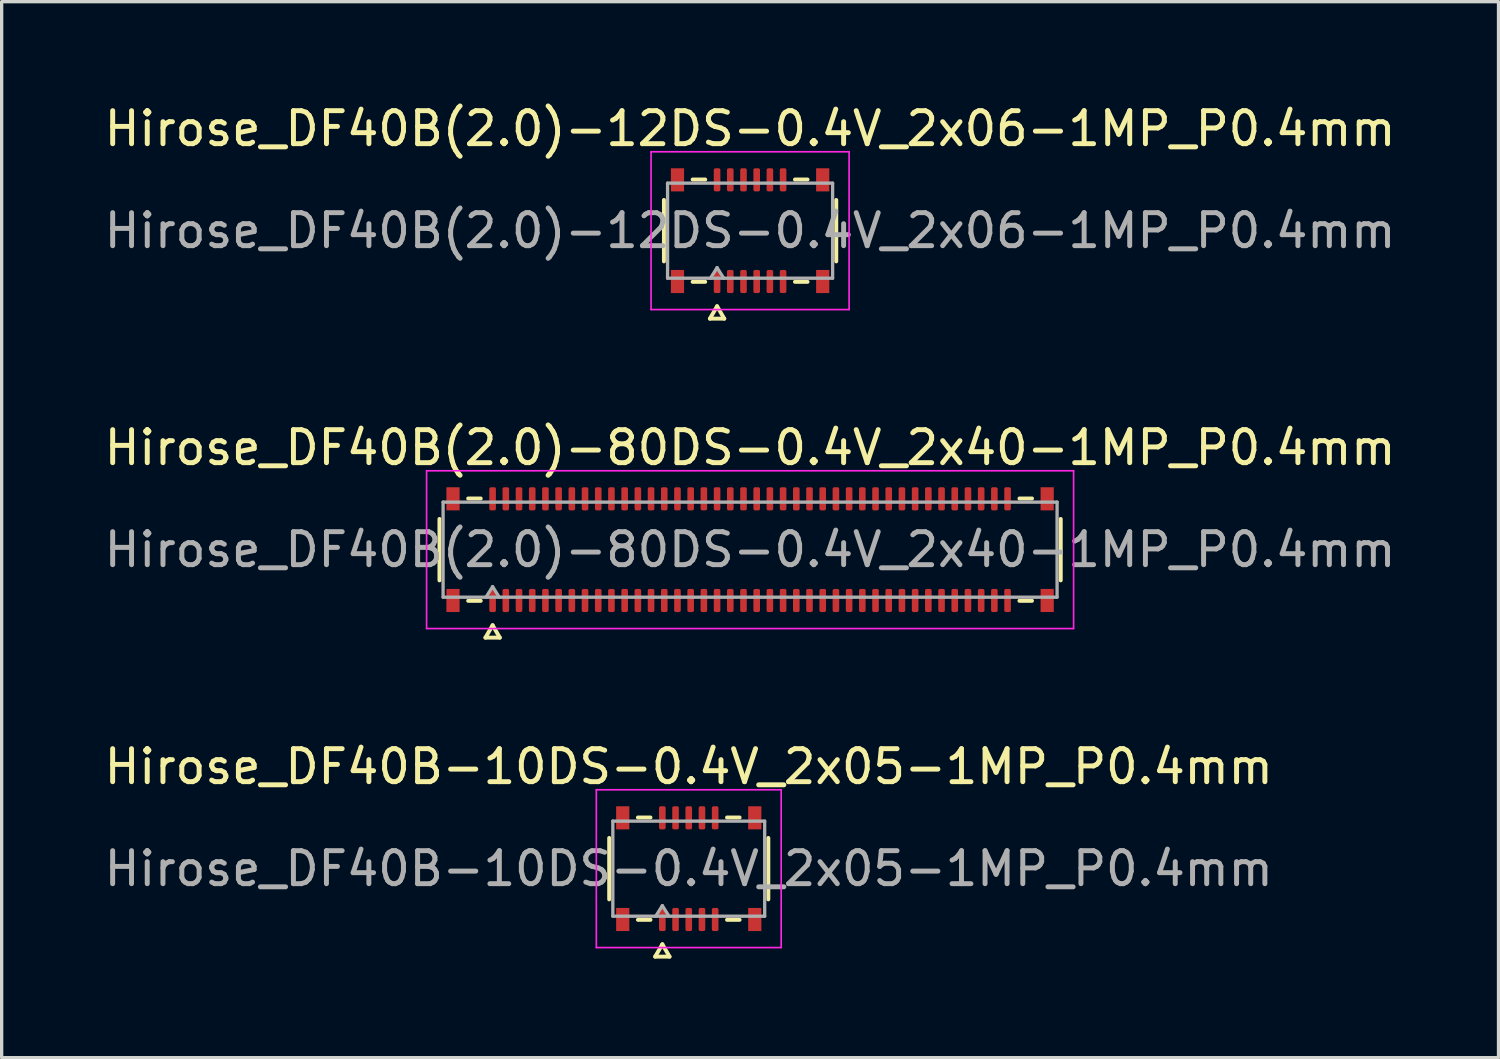
<source format=kicad_pcb>
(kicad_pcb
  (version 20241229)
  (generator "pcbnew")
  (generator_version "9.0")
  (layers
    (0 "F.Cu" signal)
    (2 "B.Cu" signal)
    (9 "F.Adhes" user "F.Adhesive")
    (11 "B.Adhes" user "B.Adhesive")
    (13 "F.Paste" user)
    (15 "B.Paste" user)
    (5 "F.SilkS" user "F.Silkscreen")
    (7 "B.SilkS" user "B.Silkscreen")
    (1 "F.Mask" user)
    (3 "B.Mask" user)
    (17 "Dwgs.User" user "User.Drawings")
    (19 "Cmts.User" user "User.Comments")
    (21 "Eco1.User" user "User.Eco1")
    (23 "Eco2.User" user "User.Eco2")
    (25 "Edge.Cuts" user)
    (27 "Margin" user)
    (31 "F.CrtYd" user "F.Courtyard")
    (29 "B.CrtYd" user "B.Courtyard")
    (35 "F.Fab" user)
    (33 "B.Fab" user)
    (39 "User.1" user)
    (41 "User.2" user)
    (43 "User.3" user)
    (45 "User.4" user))
  (footprint "Hirose_DF40B(2.0)-80DS-0.4V_2x40-1MP_P0.4mm"
    (layer "F.Cu")
    (at 19.673 13.601)
    (property "Reference" "Hirose_DF40B(2.0)-80DS-0.4V_2x40-1MP_P0.4mm" (at 0 -3.09 0) (layer "F.SilkS") (effects (font (size 1 1) (thickness 0.15))))
    (attr smd)
    (fp_line (start -9.41 0.93) (end -9.41 -0.93) (stroke (width 0.12) (type solid)) (layer "F.SilkS"))
    (fp_line (start -8.54 -1.55) (end -8.16 -1.55) (stroke (width 0.12) (type solid)) (layer "F.SilkS"))
    (fp_line (start -8.16 1.55) (end -8.54 1.55) (stroke (width 0.12) (type solid)) (layer "F.SilkS"))
    (fp_line (start -8.017 2.665) (end -7.8 2.29) (stroke (width 0.12) (type solid)) (layer "F.SilkS"))
    (fp_line (start -7.8 2.29) (end -7.583 2.665) (stroke (width 0.12) (type solid)) (layer "F.SilkS"))
    (fp_line (start -7.583 2.665) (end -8.017 2.665) (stroke (width 0.12) (type solid)) (layer "F.SilkS"))
    (fp_line (start 8.16 -1.55) (end 8.54 -1.55) (stroke (width 0.12) (type solid)) (layer "F.SilkS"))
    (fp_line (start 8.54 1.55) (end 8.16 1.55) (stroke (width 0.12) (type solid)) (layer "F.SilkS"))
    (fp_line (start 9.41 -0.93) (end 9.41 0.93) (stroke (width 0.12) (type solid)) (layer "F.SilkS"))
    (fp_line (start -9.8 -2.39) (end -9.8 2.39) (stroke (width 0.05) (type solid)) (layer "F.CrtYd"))
    (fp_line (start -9.8 2.39) (end 9.8 2.39) (stroke (width 0.05) (type solid)) (layer "F.CrtYd"))
    (fp_line (start 9.8 -2.39) (end -9.8 -2.39) (stroke (width 0.05) (type solid)) (layer "F.CrtYd"))
    (fp_line (start 9.8 2.39) (end 9.8 -2.39) (stroke (width 0.05) (type solid)) (layer "F.CrtYd"))
    (fp_line (start -9.3 -1.44) (end 9.3 -1.44) (stroke (width 0.1) (type solid)) (layer "F.Fab"))
    (fp_line (start -9.3 1.44) (end -9.3 -1.44) (stroke (width 0.1) (type solid)) (layer "F.Fab"))
    (fp_line (start -8 1.44) (end -7.8 1.12) (stroke (width 0.1) (type solid)) (layer "F.Fab"))
    (fp_line (start -7.8 1.12) (end -7.6 1.44) (stroke (width 0.1) (type solid)) (layer "F.Fab"))
    (fp_line (start 9.3 -1.44) (end 9.3 1.44) (stroke (width 0.1) (type solid)) (layer "F.Fab"))
    (fp_line (start 9.3 1.44) (end -9.3 1.44) (stroke (width 0.1) (type solid)) (layer "F.Fab"))
    (fp_text user "${REFERENCE}" (at 0 0 0) (layer "F.Fab") (effects (font (size 1 1) (thickness 0.15))))
    (pad "1" smd roundrect (at -7.8 1.54) (size 0.2 0.7) (layers "F.Cu" "F.Mask" "F.Paste") (roundrect_rratio 0.25))
    (pad "2" smd roundrect (at -7.8 -1.54) (size 0.2 0.7) (layers "F.Cu" "F.Mask" "F.Paste") (roundrect_rratio 0.25))
    (pad "3" smd roundrect (at -7.4 1.54) (size 0.2 0.7) (layers "F.Cu" "F.Mask" "F.Paste") (roundrect_rratio 0.25))
    (pad "4" smd roundrect (at -7.4 -1.54) (size 0.2 0.7) (layers "F.Cu" "F.Mask" "F.Paste") (roundrect_rratio 0.25))
    (pad "5" smd roundrect (at -7 1.54) (size 0.2 0.7) (layers "F.Cu" "F.Mask" "F.Paste") (roundrect_rratio 0.25))
    (pad "6" smd roundrect (at -7 -1.54) (size 0.2 0.7) (layers "F.Cu" "F.Mask" "F.Paste") (roundrect_rratio 0.25))
    (pad "7" smd roundrect (at -6.6 1.54) (size 0.2 0.7) (layers "F.Cu" "F.Mask" "F.Paste") (roundrect_rratio 0.25))
    (pad "8" smd roundrect (at -6.6 -1.54) (size 0.2 0.7) (layers "F.Cu" "F.Mask" "F.Paste") (roundrect_rratio 0.25))
    (pad "9" smd roundrect (at -6.2 1.54) (size 0.2 0.7) (layers "F.Cu" "F.Mask" "F.Paste") (roundrect_rratio 0.25))
    (pad "10" smd roundrect (at -6.2 -1.54) (size 0.2 0.7) (layers "F.Cu" "F.Mask" "F.Paste") (roundrect_rratio 0.25))
    (pad "11" smd roundrect (at -5.8 1.54) (size 0.2 0.7) (layers "F.Cu" "F.Mask" "F.Paste") (roundrect_rratio 0.25))
    (pad "12" smd roundrect (at -5.8 -1.54) (size 0.2 0.7) (layers "F.Cu" "F.Mask" "F.Paste") (roundrect_rratio 0.25))
    (pad "13" smd roundrect (at -5.4 1.54) (size 0.2 0.7) (layers "F.Cu" "F.Mask" "F.Paste") (roundrect_rratio 0.25))
    (pad "14" smd roundrect (at -5.4 -1.54) (size 0.2 0.7) (layers "F.Cu" "F.Mask" "F.Paste") (roundrect_rratio 0.25))
    (pad "15" smd roundrect (at -5 1.54) (size 0.2 0.7) (layers "F.Cu" "F.Mask" "F.Paste") (roundrect_rratio 0.25))
    (pad "16" smd roundrect (at -5 -1.54) (size 0.2 0.7) (layers "F.Cu" "F.Mask" "F.Paste") (roundrect_rratio 0.25))
    (pad "17" smd roundrect (at -4.6 1.54) (size 0.2 0.7) (layers "F.Cu" "F.Mask" "F.Paste") (roundrect_rratio 0.25))
    (pad "18" smd roundrect (at -4.6 -1.54) (size 0.2 0.7) (layers "F.Cu" "F.Mask" "F.Paste") (roundrect_rratio 0.25))
    (pad "19" smd roundrect (at -4.2 1.54) (size 0.2 0.7) (layers "F.Cu" "F.Mask" "F.Paste") (roundrect_rratio 0.25))
    (pad "20" smd roundrect (at -4.2 -1.54) (size 0.2 0.7) (layers "F.Cu" "F.Mask" "F.Paste") (roundrect_rratio 0.25))
    (pad "21" smd roundrect (at -3.8 1.54) (size 0.2 0.7) (layers "F.Cu" "F.Mask" "F.Paste") (roundrect_rratio 0.25))
    (pad "22" smd roundrect (at -3.8 -1.54) (size 0.2 0.7) (layers "F.Cu" "F.Mask" "F.Paste") (roundrect_rratio 0.25))
    (pad "23" smd roundrect (at -3.4 1.54) (size 0.2 0.7) (layers "F.Cu" "F.Mask" "F.Paste") (roundrect_rratio 0.25))
    (pad "24" smd roundrect (at -3.4 -1.54) (size 0.2 0.7) (layers "F.Cu" "F.Mask" "F.Paste") (roundrect_rratio 0.25))
    (pad "25" smd roundrect (at -3 1.54) (size 0.2 0.7) (layers "F.Cu" "F.Mask" "F.Paste") (roundrect_rratio 0.25))
    (pad "26" smd roundrect (at -3 -1.54) (size 0.2 0.7) (layers "F.Cu" "F.Mask" "F.Paste") (roundrect_rratio 0.25))
    (pad "27" smd roundrect (at -2.6 1.54) (size 0.2 0.7) (layers "F.Cu" "F.Mask" "F.Paste") (roundrect_rratio 0.25))
    (pad "28" smd roundrect (at -2.6 -1.54) (size 0.2 0.7) (layers "F.Cu" "F.Mask" "F.Paste") (roundrect_rratio 0.25))
    (pad "29" smd roundrect (at -2.2 1.54) (size 0.2 0.7) (layers "F.Cu" "F.Mask" "F.Paste") (roundrect_rratio 0.25))
    (pad "30" smd roundrect (at -2.2 -1.54) (size 0.2 0.7) (layers "F.Cu" "F.Mask" "F.Paste") (roundrect_rratio 0.25))
    (pad "31" smd roundrect (at -1.8 1.54) (size 0.2 0.7) (layers "F.Cu" "F.Mask" "F.Paste") (roundrect_rratio 0.25))
    (pad "32" smd roundrect (at -1.8 -1.54) (size 0.2 0.7) (layers "F.Cu" "F.Mask" "F.Paste") (roundrect_rratio 0.25))
    (pad "33" smd roundrect (at -1.4 1.54) (size 0.2 0.7) (layers "F.Cu" "F.Mask" "F.Paste") (roundrect_rratio 0.25))
    (pad "34" smd roundrect (at -1.4 -1.54) (size 0.2 0.7) (layers "F.Cu" "F.Mask" "F.Paste") (roundrect_rratio 0.25))
    (pad "35" smd roundrect (at -1 1.54) (size 0.2 0.7) (layers "F.Cu" "F.Mask" "F.Paste") (roundrect_rratio 0.25))
    (pad "36" smd roundrect (at -1 -1.54) (size 0.2 0.7) (layers "F.Cu" "F.Mask" "F.Paste") (roundrect_rratio 0.25))
    (pad "37" smd roundrect (at -0.6 1.54) (size 0.2 0.7) (layers "F.Cu" "F.Mask" "F.Paste") (roundrect_rratio 0.25))
    (pad "38" smd roundrect (at -0.6 -1.54) (size 0.2 0.7) (layers "F.Cu" "F.Mask" "F.Paste") (roundrect_rratio 0.25))
    (pad "39" smd roundrect (at -0.2 1.54) (size 0.2 0.7) (layers "F.Cu" "F.Mask" "F.Paste") (roundrect_rratio 0.25))
    (pad "40" smd roundrect (at -0.2 -1.54) (size 0.2 0.7) (layers "F.Cu" "F.Mask" "F.Paste") (roundrect_rratio 0.25))
    (pad "41" smd roundrect (at 0.2 1.54) (size 0.2 0.7) (layers "F.Cu" "F.Mask" "F.Paste") (roundrect_rratio 0.25))
    (pad "42" smd roundrect (at 0.2 -1.54) (size 0.2 0.7) (layers "F.Cu" "F.Mask" "F.Paste") (roundrect_rratio 0.25))
    (pad "43" smd roundrect (at 0.6 1.54) (size 0.2 0.7) (layers "F.Cu" "F.Mask" "F.Paste") (roundrect_rratio 0.25))
    (pad "44" smd roundrect (at 0.6 -1.54) (size 0.2 0.7) (layers "F.Cu" "F.Mask" "F.Paste") (roundrect_rratio 0.25))
    (pad "45" smd roundrect (at 1 1.54) (size 0.2 0.7) (layers "F.Cu" "F.Mask" "F.Paste") (roundrect_rratio 0.25))
    (pad "46" smd roundrect (at 1 -1.54) (size 0.2 0.7) (layers "F.Cu" "F.Mask" "F.Paste") (roundrect_rratio 0.25))
    (pad "47" smd roundrect (at 1.4 1.54) (size 0.2 0.7) (layers "F.Cu" "F.Mask" "F.Paste") (roundrect_rratio 0.25))
    (pad "48" smd roundrect (at 1.4 -1.54) (size 0.2 0.7) (layers "F.Cu" "F.Mask" "F.Paste") (roundrect_rratio 0.25))
    (pad "49" smd roundrect (at 1.8 1.54) (size 0.2 0.7) (layers "F.Cu" "F.Mask" "F.Paste") (roundrect_rratio 0.25))
    (pad "50" smd roundrect (at 1.8 -1.54) (size 0.2 0.7) (layers "F.Cu" "F.Mask" "F.Paste") (roundrect_rratio 0.25))
    (pad "51" smd roundrect (at 2.2 1.54) (size 0.2 0.7) (layers "F.Cu" "F.Mask" "F.Paste") (roundrect_rratio 0.25))
    (pad "52" smd roundrect (at 2.2 -1.54) (size 0.2 0.7) (layers "F.Cu" "F.Mask" "F.Paste") (roundrect_rratio 0.25))
    (pad "53" smd roundrect (at 2.6 1.54) (size 0.2 0.7) (layers "F.Cu" "F.Mask" "F.Paste") (roundrect_rratio 0.25))
    (pad "54" smd roundrect (at 2.6 -1.54) (size 0.2 0.7) (layers "F.Cu" "F.Mask" "F.Paste") (roundrect_rratio 0.25))
    (pad "55" smd roundrect (at 3 1.54) (size 0.2 0.7) (layers "F.Cu" "F.Mask" "F.Paste") (roundrect_rratio 0.25))
    (pad "56" smd roundrect (at 3 -1.54) (size 0.2 0.7) (layers "F.Cu" "F.Mask" "F.Paste") (roundrect_rratio 0.25))
    (pad "57" smd roundrect (at 3.4 1.54) (size 0.2 0.7) (layers "F.Cu" "F.Mask" "F.Paste") (roundrect_rratio 0.25))
    (pad "58" smd roundrect (at 3.4 -1.54) (size 0.2 0.7) (layers "F.Cu" "F.Mask" "F.Paste") (roundrect_rratio 0.25))
    (pad "59" smd roundrect (at 3.8 1.54) (size 0.2 0.7) (layers "F.Cu" "F.Mask" "F.Paste") (roundrect_rratio 0.25))
    (pad "60" smd roundrect (at 3.8 -1.54) (size 0.2 0.7) (layers "F.Cu" "F.Mask" "F.Paste") (roundrect_rratio 0.25))
    (pad "61" smd roundrect (at 4.2 1.54) (size 0.2 0.7) (layers "F.Cu" "F.Mask" "F.Paste") (roundrect_rratio 0.25))
    (pad "62" smd roundrect (at 4.2 -1.54) (size 0.2 0.7) (layers "F.Cu" "F.Mask" "F.Paste") (roundrect_rratio 0.25))
    (pad "63" smd roundrect (at 4.6 1.54) (size 0.2 0.7) (layers "F.Cu" "F.Mask" "F.Paste") (roundrect_rratio 0.25))
    (pad "64" smd roundrect (at 4.6 -1.54) (size 0.2 0.7) (layers "F.Cu" "F.Mask" "F.Paste") (roundrect_rratio 0.25))
    (pad "65" smd roundrect (at 5 1.54) (size 0.2 0.7) (layers "F.Cu" "F.Mask" "F.Paste") (roundrect_rratio 0.25))
    (pad "66" smd roundrect (at 5 -1.54) (size 0.2 0.7) (layers "F.Cu" "F.Mask" "F.Paste") (roundrect_rratio 0.25))
    (pad "67" smd roundrect (at 5.4 1.54) (size 0.2 0.7) (layers "F.Cu" "F.Mask" "F.Paste") (roundrect_rratio 0.25))
    (pad "68" smd roundrect (at 5.4 -1.54) (size 0.2 0.7) (layers "F.Cu" "F.Mask" "F.Paste") (roundrect_rratio 0.25))
    (pad "69" smd roundrect (at 5.8 1.54) (size 0.2 0.7) (layers "F.Cu" "F.Mask" "F.Paste") (roundrect_rratio 0.25))
    (pad "70" smd roundrect (at 5.8 -1.54) (size 0.2 0.7) (layers "F.Cu" "F.Mask" "F.Paste") (roundrect_rratio 0.25))
    (pad "71" smd roundrect (at 6.2 1.54) (size 0.2 0.7) (layers "F.Cu" "F.Mask" "F.Paste") (roundrect_rratio 0.25))
    (pad "72" smd roundrect (at 6.2 -1.54) (size 0.2 0.7) (layers "F.Cu" "F.Mask" "F.Paste") (roundrect_rratio 0.25))
    (pad "73" smd roundrect (at 6.6 1.54) (size 0.2 0.7) (layers "F.Cu" "F.Mask" "F.Paste") (roundrect_rratio 0.25))
    (pad "74" smd roundrect (at 6.6 -1.54) (size 0.2 0.7) (layers "F.Cu" "F.Mask" "F.Paste") (roundrect_rratio 0.25))
    (pad "75" smd roundrect (at 7 1.54) (size 0.2 0.7) (layers "F.Cu" "F.Mask" "F.Paste") (roundrect_rratio 0.25))
    (pad "76" smd roundrect (at 7 -1.54) (size 0.2 0.7) (layers "F.Cu" "F.Mask" "F.Paste") (roundrect_rratio 0.25))
    (pad "77" smd roundrect (at 7.4 1.54) (size 0.2 0.7) (layers "F.Cu" "F.Mask" "F.Paste") (roundrect_rratio 0.25))
    (pad "78" smd roundrect (at 7.4 -1.54) (size 0.2 0.7) (layers "F.Cu" "F.Mask" "F.Paste") (roundrect_rratio 0.25))
    (pad "79" smd roundrect (at 7.8 1.54) (size 0.2 0.7) (layers "F.Cu" "F.Mask" "F.Paste") (roundrect_rratio 0.25))
    (pad "80" smd roundrect (at 7.8 -1.54) (size 0.2 0.7) (layers "F.Cu" "F.Mask" "F.Paste") (roundrect_rratio 0.25))
    (pad "MP" smd rect (at -9 -1.54) (size 0.4 0.7) (layers "F.Cu" "F.Mask" "F.Paste"))
    (pad "MP" smd rect (at -9 1.54) (size 0.4 0.7) (layers "F.Cu" "F.Mask" "F.Paste"))
    (pad "MP" smd rect (at 9 -1.54) (size 0.4 0.7) (layers "F.Cu" "F.Mask" "F.Paste"))
    (pad "MP" smd rect (at 9 1.54) (size 0.4 0.7) (layers "F.Cu" "F.Mask" "F.Paste")))
  (footprint "Hirose_DF40B(2.0)-12DS-0.4V_2x06-1MP_P0.4mm"
    (layer "F.Cu")
    (at 19.673 3.938)
    (property "Reference" "Hirose_DF40B(2.0)-12DS-0.4V_2x06-1MP_P0.4mm" (at 0 -3.09 0) (layer "F.SilkS") (effects (font (size 1 1) (thickness 0.15))))
    (attr smd)
    (fp_line (start -2.61 0.93) (end -2.61 -0.93) (stroke (width 0.12) (type solid)) (layer "F.SilkS"))
    (fp_line (start -1.74 -1.55) (end -1.36 -1.55) (stroke (width 0.12) (type solid)) (layer "F.SilkS"))
    (fp_line (start -1.36 1.55) (end -1.74 1.55) (stroke (width 0.12) (type solid)) (layer "F.SilkS"))
    (fp_line (start -1.217 2.665) (end -1 2.29) (stroke (width 0.12) (type solid)) (layer "F.SilkS"))
    (fp_line (start -1 2.29) (end -0.783 2.665) (stroke (width 0.12) (type solid)) (layer "F.SilkS"))
    (fp_line (start -0.783 2.665) (end -1.217 2.665) (stroke (width 0.12) (type solid)) (layer "F.SilkS"))
    (fp_line (start 1.36 -1.55) (end 1.74 -1.55) (stroke (width 0.12) (type solid)) (layer "F.SilkS"))
    (fp_line (start 1.74 1.55) (end 1.36 1.55) (stroke (width 0.12) (type solid)) (layer "F.SilkS"))
    (fp_line (start 2.61 -0.93) (end 2.61 0.93) (stroke (width 0.12) (type solid)) (layer "F.SilkS"))
    (fp_line (start -3 -2.39) (end -3 2.39) (stroke (width 0.05) (type solid)) (layer "F.CrtYd"))
    (fp_line (start -3 2.39) (end 3 2.39) (stroke (width 0.05) (type solid)) (layer "F.CrtYd"))
    (fp_line (start 3 -2.39) (end -3 -2.39) (stroke (width 0.05) (type solid)) (layer "F.CrtYd"))
    (fp_line (start 3 2.39) (end 3 -2.39) (stroke (width 0.05) (type solid)) (layer "F.CrtYd"))
    (fp_line (start -2.5 -1.44) (end 2.5 -1.44) (stroke (width 0.1) (type solid)) (layer "F.Fab"))
    (fp_line (start -2.5 1.44) (end -2.5 -1.44) (stroke (width 0.1) (type solid)) (layer "F.Fab"))
    (fp_line (start -1.2 1.44) (end -1 1.12) (stroke (width 0.1) (type solid)) (layer "F.Fab"))
    (fp_line (start -1 1.12) (end -0.8 1.44) (stroke (width 0.1) (type solid)) (layer "F.Fab"))
    (fp_line (start 2.5 -1.44) (end 2.5 1.44) (stroke (width 0.1) (type solid)) (layer "F.Fab"))
    (fp_line (start 2.5 1.44) (end -2.5 1.44) (stroke (width 0.1) (type solid)) (layer "F.Fab"))
    (fp_text user "${REFERENCE}" (at 0 0 0) (layer "F.Fab") (effects (font (size 1 1) (thickness 0.15))))
    (pad "1" smd roundrect (at -1 1.54) (size 0.2 0.7) (layers "F.Cu" "F.Mask" "F.Paste") (roundrect_rratio 0.25))
    (pad "2" smd roundrect (at -1 -1.54) (size 0.2 0.7) (layers "F.Cu" "F.Mask" "F.Paste") (roundrect_rratio 0.25))
    (pad "3" smd roundrect (at -0.6 1.54) (size 0.2 0.7) (layers "F.Cu" "F.Mask" "F.Paste") (roundrect_rratio 0.25))
    (pad "4" smd roundrect (at -0.6 -1.54) (size 0.2 0.7) (layers "F.Cu" "F.Mask" "F.Paste") (roundrect_rratio 0.25))
    (pad "5" smd roundrect (at -0.2 1.54) (size 0.2 0.7) (layers "F.Cu" "F.Mask" "F.Paste") (roundrect_rratio 0.25))
    (pad "6" smd roundrect (at -0.2 -1.54) (size 0.2 0.7) (layers "F.Cu" "F.Mask" "F.Paste") (roundrect_rratio 0.25))
    (pad "7" smd roundrect (at 0.2 1.54) (size 0.2 0.7) (layers "F.Cu" "F.Mask" "F.Paste") (roundrect_rratio 0.25))
    (pad "8" smd roundrect (at 0.2 -1.54) (size 0.2 0.7) (layers "F.Cu" "F.Mask" "F.Paste") (roundrect_rratio 0.25))
    (pad "9" smd roundrect (at 0.6 1.54) (size 0.2 0.7) (layers "F.Cu" "F.Mask" "F.Paste") (roundrect_rratio 0.25))
    (pad "10" smd roundrect (at 0.6 -1.54) (size 0.2 0.7) (layers "F.Cu" "F.Mask" "F.Paste") (roundrect_rratio 0.25))
    (pad "11" smd roundrect (at 1 1.54) (size 0.2 0.7) (layers "F.Cu" "F.Mask" "F.Paste") (roundrect_rratio 0.25))
    (pad "12" smd roundrect (at 1 -1.54) (size 0.2 0.7) (layers "F.Cu" "F.Mask" "F.Paste") (roundrect_rratio 0.25))
    (pad "MP" smd rect (at -2.2 -1.54) (size 0.4 0.7) (layers "F.Cu" "F.Mask" "F.Paste"))
    (pad "MP" smd rect (at -2.2 1.54) (size 0.4 0.7) (layers "F.Cu" "F.Mask" "F.Paste"))
    (pad "MP" smd rect (at 2.2 -1.54) (size 0.4 0.7) (layers "F.Cu" "F.Mask" "F.Paste"))
    (pad "MP" smd rect (at 2.2 1.54) (size 0.4 0.7) (layers "F.Cu" "F.Mask" "F.Paste")))
  (footprint "Hirose_DF40B-10DS-0.4V_2x05-1MP_P0.4mm"
    (layer "F.Cu")
    (at 17.815 23.265)
    (property "Reference" "Hirose_DF40B-10DS-0.4V_2x05-1MP_P0.4mm" (at 0 -3.09 0) (layer "F.SilkS") (effects (font (size 1 1) (thickness 0.15))))
    (attr smd)
    (fp_line (start -2.41 0.93) (end -2.41 -0.93) (stroke (width 0.12) (type solid)) (layer "F.SilkS"))
    (fp_line (start -1.54 -1.55) (end -1.16 -1.55) (stroke (width 0.12) (type solid)) (layer "F.SilkS"))
    (fp_line (start -1.16 1.55) (end -1.54 1.55) (stroke (width 0.12) (type solid)) (layer "F.SilkS"))
    (fp_line (start -1.017 2.665) (end -0.8 2.29) (stroke (width 0.12) (type solid)) (layer "F.SilkS"))
    (fp_line (start -0.8 2.29) (end -0.583 2.665) (stroke (width 0.12) (type solid)) (layer "F.SilkS"))
    (fp_line (start -0.583 2.665) (end -1.017 2.665) (stroke (width 0.12) (type solid)) (layer "F.SilkS"))
    (fp_line (start 1.16 -1.55) (end 1.54 -1.55) (stroke (width 0.12) (type solid)) (layer "F.SilkS"))
    (fp_line (start 1.54 1.55) (end 1.16 1.55) (stroke (width 0.12) (type solid)) (layer "F.SilkS"))
    (fp_line (start 2.41 -0.93) (end 2.41 0.93) (stroke (width 0.12) (type solid)) (layer "F.SilkS"))
    (fp_line (start -2.8 -2.39) (end -2.8 2.39) (stroke (width 0.05) (type solid)) (layer "F.CrtYd"))
    (fp_line (start -2.8 2.39) (end 2.8 2.39) (stroke (width 0.05) (type solid)) (layer "F.CrtYd"))
    (fp_line (start 2.8 -2.39) (end -2.8 -2.39) (stroke (width 0.05) (type solid)) (layer "F.CrtYd"))
    (fp_line (start 2.8 2.39) (end 2.8 -2.39) (stroke (width 0.05) (type solid)) (layer "F.CrtYd"))
    (fp_line (start -2.3 -1.44) (end 2.3 -1.44) (stroke (width 0.1) (type solid)) (layer "F.Fab"))
    (fp_line (start -2.3 1.44) (end -2.3 -1.44) (stroke (width 0.1) (type solid)) (layer "F.Fab"))
    (fp_line (start -1 1.44) (end -0.8 1.12) (stroke (width 0.1) (type solid)) (layer "F.Fab"))
    (fp_line (start -0.8 1.12) (end -0.6 1.44) (stroke (width 0.1) (type solid)) (layer "F.Fab"))
    (fp_line (start 2.3 -1.44) (end 2.3 1.44) (stroke (width 0.1) (type solid)) (layer "F.Fab"))
    (fp_line (start 2.3 1.44) (end -2.3 1.44) (stroke (width 0.1) (type solid)) (layer "F.Fab"))
    (fp_text user "${REFERENCE}" (at 0 0 0) (layer "F.Fab") (effects (font (size 1 1) (thickness 0.15))))
    (pad "1" smd roundrect (at -0.8 1.54) (size 0.2 0.7) (layers "F.Cu" "F.Mask" "F.Paste") (roundrect_rratio 0.25))
    (pad "2" smd roundrect (at -0.8 -1.54) (size 0.2 0.7) (layers "F.Cu" "F.Mask" "F.Paste") (roundrect_rratio 0.25))
    (pad "3" smd roundrect (at -0.4 1.54) (size 0.2 0.7) (layers "F.Cu" "F.Mask" "F.Paste") (roundrect_rratio 0.25))
    (pad "4" smd roundrect (at -0.4 -1.54) (size 0.2 0.7) (layers "F.Cu" "F.Mask" "F.Paste") (roundrect_rratio 0.25))
    (pad "5" smd roundrect (at 0 1.54) (size 0.2 0.7) (layers "F.Cu" "F.Mask" "F.Paste") (roundrect_rratio 0.25))
    (pad "6" smd roundrect (at 0 -1.54) (size 0.2 0.7) (layers "F.Cu" "F.Mask" "F.Paste") (roundrect_rratio 0.25))
    (pad "7" smd roundrect (at 0.4 1.54) (size 0.2 0.7) (layers "F.Cu" "F.Mask" "F.Paste") (roundrect_rratio 0.25))
    (pad "8" smd roundrect (at 0.4 -1.54) (size 0.2 0.7) (layers "F.Cu" "F.Mask" "F.Paste") (roundrect_rratio 0.25))
    (pad "9" smd roundrect (at 0.8 1.54) (size 0.2 0.7) (layers "F.Cu" "F.Mask" "F.Paste") (roundrect_rratio 0.25))
    (pad "10" smd roundrect (at 0.8 -1.54) (size 0.2 0.7) (layers "F.Cu" "F.Mask" "F.Paste") (roundrect_rratio 0.25))
    (pad "MP" smd rect (at -2 -1.54) (size 0.4 0.7) (layers "F.Cu" "F.Mask" "F.Paste"))
    (pad "MP" smd rect (at -2 1.54) (size 0.4 0.7) (layers "F.Cu" "F.Mask" "F.Paste"))
    (pad "MP" smd rect (at 2 -1.54) (size 0.4 0.7) (layers "F.Cu" "F.Mask" "F.Paste"))
    (pad "MP" smd rect (at 2 1.54) (size 0.4 0.7) (layers "F.Cu" "F.Mask" "F.Paste")))
  (gr_rect
    (start -3 -3)
    (end 42.345 28.99)
    (stroke (width 0.1) (type default))
    (fill no)
    (layer "Edge.Cuts")))
</source>
